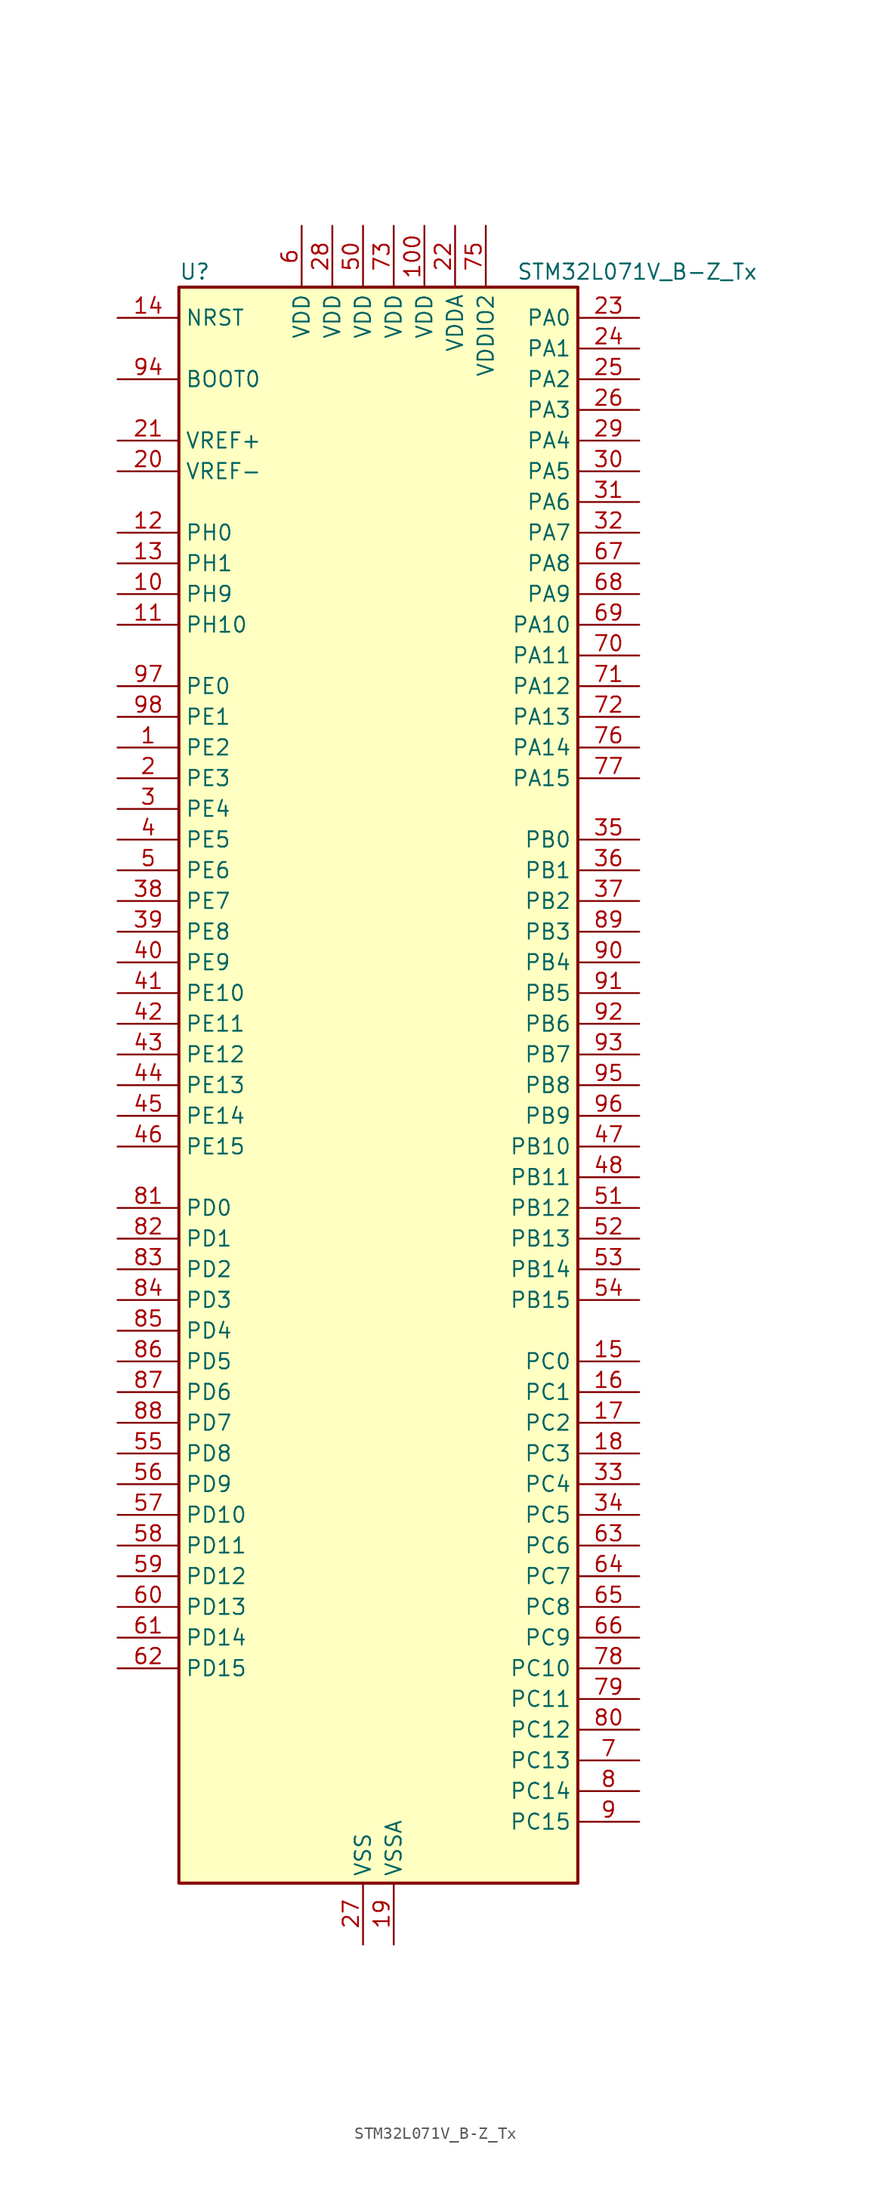
<source format=kicad_sym>
(kicad_symbol_lib
  (version 20231120)
  (generator "kicad_symbol_editor")
  (generator_version "8.0")
  (symbol "STM32L071V_B-Z_Tx"
    (property "Reference" "U"
      (at -15.24 67.31 0)
      (effects (font (size 1.27 1.27)) (justify left)))
    (property "Value" "STM32L071V_B-Z_Tx"
      (at 12.7 67.31 0)
      (effects (font (size 1.27 1.27)) (justify left)))
    (property "ki_locked" ""
      (at 0 0 0)
      (effects (font (size 1.27 1.27))))
    (symbol "STM32L071V_B-Z_Tx_0_1"
      (rectangle (start -15.24 -66.04) (end 17.78 66.04) (stroke (width 0.254) (type default)) (fill (type background))))
    (symbol "STM32L071V_B-Z_Tx_1_1"
      (pin bidirectional line (at -20.32 27.94 0) (length 5.08) (name "PE2" (effects (font (size 1.27 1.27)))) (number "1" (effects (font (size 1.27 1.27)))) (alternate "TIM3_ETR" bidirectional line))
      (pin bidirectional line (at -20.32 40.64 0) (length 5.08) (name "PH9" (effects (font (size 1.27 1.27)))) (number "10" (effects (font (size 1.27 1.27)))))
      (pin power_in line (at 5.08 71.12 270) (length 5.08) (name "VDD" (effects (font (size 1.27 1.27)))) (number "100" (effects (font (size 1.27 1.27)))))
      (pin bidirectional line (at -20.32 38.1 0) (length 5.08) (name "PH10" (effects (font (size 1.27 1.27)))) (number "11" (effects (font (size 1.27 1.27)))))
      (pin bidirectional line (at -20.32 45.72 0) (length 5.08) (name "PH0" (effects (font (size 1.27 1.27)))) (number "12" (effects (font (size 1.27 1.27)))) (alternate "RCC_OSC_IN" bidirectional line))
      (pin bidirectional line (at -20.32 43.18 0) (length 5.08) (name "PH1" (effects (font (size 1.27 1.27)))) (number "13" (effects (font (size 1.27 1.27)))) (alternate "RCC_OSC_OUT" bidirectional line))
      (pin input line (at -20.32 63.5 0) (length 5.08) (name "NRST" (effects (font (size 1.27 1.27)))) (number "14" (effects (font (size 1.27 1.27)))))
      (pin bidirectional line (at 22.86 -22.86 180) (length 5.08) (name "PC0" (effects (font (size 1.27 1.27)))) (number "15" (effects (font (size 1.27 1.27)))) (alternate "ADC_IN10" bidirectional line) (alternate "I2C3_SCL" bidirectional line) (alternate "LPTIM1_IN1" bidirectional line) (alternate "LPUART1_RX" bidirectional line))
      (pin bidirectional line (at 22.86 -25.4 180) (length 5.08) (name "PC1" (effects (font (size 1.27 1.27)))) (number "16" (effects (font (size 1.27 1.27)))) (alternate "ADC_IN11" bidirectional line) (alternate "I2C3_SDA" bidirectional line) (alternate "LPTIM1_OUT" bidirectional line) (alternate "LPUART1_TX" bidirectional line))
      (pin bidirectional line (at 22.86 -27.94 180) (length 5.08) (name "PC2" (effects (font (size 1.27 1.27)))) (number "17" (effects (font (size 1.27 1.27)))) (alternate "ADC_IN12" bidirectional line) (alternate "I2S2_MCK" bidirectional line) (alternate "LPTIM1_IN2" bidirectional line) (alternate "SPI2_MISO" bidirectional line))
      (pin bidirectional line (at 22.86 -30.48 180) (length 5.08) (name "PC3" (effects (font (size 1.27 1.27)))) (number "18" (effects (font (size 1.27 1.27)))) (alternate "ADC_IN13" bidirectional line) (alternate "I2S2_SD" bidirectional line) (alternate "LPTIM1_ETR" bidirectional line) (alternate "SPI2_MOSI" bidirectional line))
      (pin power_in line (at 2.54 -71.12 90) (length 5.08) (name "VSSA" (effects (font (size 1.27 1.27)))) (number "19" (effects (font (size 1.27 1.27)))))
      (pin bidirectional line (at -20.32 25.4 0) (length 5.08) (name "PE3" (effects (font (size 1.27 1.27)))) (number "2" (effects (font (size 1.27 1.27)))) (alternate "TIM22_CH1" bidirectional line) (alternate "TIM3_CH1" bidirectional line))
      (pin input line (at -20.32 50.8 0) (length 5.08) (name "VREF-" (effects (font (size 1.27 1.27)))) (number "20" (effects (font (size 1.27 1.27)))))
      (pin input line (at -20.32 53.34 0) (length 5.08) (name "VREF+" (effects (font (size 1.27 1.27)))) (number "21" (effects (font (size 1.27 1.27)))))
      (pin power_in line (at 7.62 71.12 270) (length 5.08) (name "VDDA" (effects (font (size 1.27 1.27)))) (number "22" (effects (font (size 1.27 1.27)))))
      (pin bidirectional line (at 22.86 63.5 180) (length 5.08) (name "PA0" (effects (font (size 1.27 1.27)))) (number "23" (effects (font (size 1.27 1.27)))) (alternate "ADC_IN0" bidirectional line) (alternate "COMP1_INM" bidirectional line) (alternate "COMP1_OUT" bidirectional line) (alternate "RTC_TAMP2" bidirectional line) (alternate "SYS_WKUP1" bidirectional line) (alternate "TIM2_CH1" bidirectional line) (alternate "TIM2_ETR" bidirectional line) (alternate "USART2_CTS" bidirectional line) (alternate "USART4_TX" bidirectional line))
      (pin bidirectional line (at 22.86 60.96 180) (length 5.08) (name "PA1" (effects (font (size 1.27 1.27)))) (number "24" (effects (font (size 1.27 1.27)))) (alternate "ADC_IN1" bidirectional line) (alternate "COMP1_INP" bidirectional line) (alternate "TIM21_ETR" bidirectional line) (alternate "TIM2_CH2" bidirectional line) (alternate "USART2_DE" bidirectional line) (alternate "USART2_RTS" bidirectional line) (alternate "USART4_RX" bidirectional line))
      (pin bidirectional line (at 22.86 58.42 180) (length 5.08) (name "PA2" (effects (font (size 1.27 1.27)))) (number "25" (effects (font (size 1.27 1.27)))) (alternate "ADC_IN2" bidirectional line) (alternate "COMP2_INM" bidirectional line) (alternate "COMP2_OUT" bidirectional line) (alternate "LPUART1_TX" bidirectional line) (alternate "TIM21_CH1" bidirectional line) (alternate "TIM2_CH3" bidirectional line) (alternate "USART2_TX" bidirectional line))
      (pin bidirectional line (at 22.86 55.88 180) (length 5.08) (name "PA3" (effects (font (size 1.27 1.27)))) (number "26" (effects (font (size 1.27 1.27)))) (alternate "ADC_IN3" bidirectional line) (alternate "COMP2_INP" bidirectional line) (alternate "LPUART1_RX" bidirectional line) (alternate "TIM21_CH2" bidirectional line) (alternate "TIM2_CH4" bidirectional line) (alternate "USART2_RX" bidirectional line))
      (pin power_in line (at 0 -71.12 90) (length 5.08) (name "VSS" (effects (font (size 1.27 1.27)))) (number "27" (effects (font (size 1.27 1.27)))))
      (pin power_in line (at -2.54 71.12 270) (length 5.08) (name "VDD" (effects (font (size 1.27 1.27)))) (number "28" (effects (font (size 1.27 1.27)))))
      (pin bidirectional line (at 22.86 53.34 180) (length 5.08) (name "PA4" (effects (font (size 1.27 1.27)))) (number "29" (effects (font (size 1.27 1.27)))) (alternate "ADC_IN4" bidirectional line) (alternate "COMP1_INM" bidirectional line) (alternate "COMP2_INM" bidirectional line) (alternate "SPI1_NSS" bidirectional line) (alternate "TIM22_ETR" bidirectional line) (alternate "USART2_CK" bidirectional line))
      (pin bidirectional line (at -20.32 22.86 0) (length 5.08) (name "PE4" (effects (font (size 1.27 1.27)))) (number "3" (effects (font (size 1.27 1.27)))) (alternate "TIM22_CH2" bidirectional line) (alternate "TIM3_CH2" bidirectional line))
      (pin bidirectional line (at 22.86 50.8 180) (length 5.08) (name "PA5" (effects (font (size 1.27 1.27)))) (number "30" (effects (font (size 1.27 1.27)))) (alternate "ADC_IN5" bidirectional line) (alternate "COMP1_INM" bidirectional line) (alternate "COMP2_INM" bidirectional line) (alternate "SPI1_SCK" bidirectional line) (alternate "TIM2_CH1" bidirectional line) (alternate "TIM2_ETR" bidirectional line))
      (pin bidirectional line (at 22.86 48.26 180) (length 5.08) (name "PA6" (effects (font (size 1.27 1.27)))) (number "31" (effects (font (size 1.27 1.27)))) (alternate "ADC_IN6" bidirectional line) (alternate "COMP1_OUT" bidirectional line) (alternate "LPUART1_CTS" bidirectional line) (alternate "SPI1_MISO" bidirectional line) (alternate "TIM22_CH1" bidirectional line) (alternate "TIM3_CH1" bidirectional line))
      (pin bidirectional line (at 22.86 45.72 180) (length 5.08) (name "PA7" (effects (font (size 1.27 1.27)))) (number "32" (effects (font (size 1.27 1.27)))) (alternate "ADC_IN7" bidirectional line) (alternate "COMP2_OUT" bidirectional line) (alternate "SPI1_MOSI" bidirectional line) (alternate "TIM22_CH2" bidirectional line) (alternate "TIM3_CH2" bidirectional line))
      (pin bidirectional line (at 22.86 -33.02 180) (length 5.08) (name "PC4" (effects (font (size 1.27 1.27)))) (number "33" (effects (font (size 1.27 1.27)))) (alternate "ADC_IN14" bidirectional line) (alternate "LPUART1_TX" bidirectional line))
      (pin bidirectional line (at 22.86 -35.56 180) (length 5.08) (name "PC5" (effects (font (size 1.27 1.27)))) (number "34" (effects (font (size 1.27 1.27)))) (alternate "ADC_IN15" bidirectional line) (alternate "LPUART1_RX" bidirectional line))
      (pin bidirectional line (at 22.86 20.32 180) (length 5.08) (name "PB0" (effects (font (size 1.27 1.27)))) (number "35" (effects (font (size 1.27 1.27)))) (alternate "ADC_IN8" bidirectional line) (alternate "SYS_VREF_OUT_PB0" bidirectional line) (alternate "TIM3_CH3" bidirectional line))
      (pin bidirectional line (at 22.86 17.78 180) (length 5.08) (name "PB1" (effects (font (size 1.27 1.27)))) (number "36" (effects (font (size 1.27 1.27)))) (alternate "ADC_IN9" bidirectional line) (alternate "LPUART1_DE" bidirectional line) (alternate "LPUART1_RTS" bidirectional line) (alternate "SYS_VREF_OUT_PB1" bidirectional line) (alternate "TIM3_CH4" bidirectional line))
      (pin bidirectional line (at 22.86 15.24 180) (length 5.08) (name "PB2" (effects (font (size 1.27 1.27)))) (number "37" (effects (font (size 1.27 1.27)))) (alternate "I2C3_SMBA" bidirectional line) (alternate "LPTIM1_OUT" bidirectional line))
      (pin bidirectional line (at -20.32 15.24 0) (length 5.08) (name "PE7" (effects (font (size 1.27 1.27)))) (number "38" (effects (font (size 1.27 1.27)))) (alternate "USART5_CK" bidirectional line) (alternate "USART5_DE" bidirectional line) (alternate "USART5_RTS" bidirectional line))
      (pin bidirectional line (at -20.32 12.7 0) (length 5.08) (name "PE8" (effects (font (size 1.27 1.27)))) (number "39" (effects (font (size 1.27 1.27)))) (alternate "USART4_TX" bidirectional line))
      (pin bidirectional line (at -20.32 20.32 0) (length 5.08) (name "PE5" (effects (font (size 1.27 1.27)))) (number "4" (effects (font (size 1.27 1.27)))) (alternate "TIM21_CH1" bidirectional line) (alternate "TIM3_CH3" bidirectional line))
      (pin bidirectional line (at -20.32 10.16 0) (length 5.08) (name "PE9" (effects (font (size 1.27 1.27)))) (number "40" (effects (font (size 1.27 1.27)))) (alternate "TIM2_CH1" bidirectional line) (alternate "TIM2_ETR" bidirectional line) (alternate "USART4_RX" bidirectional line))
      (pin bidirectional line (at -20.32 7.62 0) (length 5.08) (name "PE10" (effects (font (size 1.27 1.27)))) (number "41" (effects (font (size 1.27 1.27)))) (alternate "TIM2_CH2" bidirectional line) (alternate "USART5_TX" bidirectional line))
      (pin bidirectional line (at -20.32 5.08 0) (length 5.08) (name "PE11" (effects (font (size 1.27 1.27)))) (number "42" (effects (font (size 1.27 1.27)))) (alternate "ADC_EXTI11" bidirectional line) (alternate "TIM2_CH3" bidirectional line) (alternate "USART5_RX" bidirectional line))
      (pin bidirectional line (at -20.32 2.54 0) (length 5.08) (name "PE12" (effects (font (size 1.27 1.27)))) (number "43" (effects (font (size 1.27 1.27)))) (alternate "SPI1_NSS" bidirectional line) (alternate "TIM2_CH4" bidirectional line))
      (pin bidirectional line (at -20.32 0 0) (length 5.08) (name "PE13" (effects (font (size 1.27 1.27)))) (number "44" (effects (font (size 1.27 1.27)))) (alternate "SPI1_SCK" bidirectional line))
      (pin bidirectional line (at -20.32 -2.54 0) (length 5.08) (name "PE14" (effects (font (size 1.27 1.27)))) (number "45" (effects (font (size 1.27 1.27)))) (alternate "SPI1_MISO" bidirectional line))
      (pin bidirectional line (at -20.32 -5.08 0) (length 5.08) (name "PE15" (effects (font (size 1.27 1.27)))) (number "46" (effects (font (size 1.27 1.27)))) (alternate "SPI1_MOSI" bidirectional line))
      (pin bidirectional line (at 22.86 -5.08 180) (length 5.08) (name "PB10" (effects (font (size 1.27 1.27)))) (number "47" (effects (font (size 1.27 1.27)))) (alternate "I2C2_SCL" bidirectional line) (alternate "LPUART1_RX" bidirectional line) (alternate "LPUART1_TX" bidirectional line) (alternate "SPI2_SCK" bidirectional line) (alternate "TIM2_CH3" bidirectional line))
      (pin bidirectional line (at 22.86 -7.62 180) (length 5.08) (name "PB11" (effects (font (size 1.27 1.27)))) (number "48" (effects (font (size 1.27 1.27)))) (alternate "ADC_EXTI11" bidirectional line) (alternate "I2C2_SDA" bidirectional line) (alternate "LPUART1_RX" bidirectional line) (alternate "LPUART1_TX" bidirectional line) (alternate "TIM2_CH4" bidirectional line))
      (pin passive line (at 0 -71.12 90) (length 5.08) hide (name "VSS" (effects (font (size 1.27 1.27)))) (number "49" (effects (font (size 1.27 1.27)))))
      (pin bidirectional line (at -20.32 17.78 0) (length 5.08) (name "PE6" (effects (font (size 1.27 1.27)))) (number "5" (effects (font (size 1.27 1.27)))) (alternate "RTC_TAMP3" bidirectional line) (alternate "SYS_WKUP3" bidirectional line) (alternate "TIM21_CH2" bidirectional line) (alternate "TIM3_CH4" bidirectional line))
      (pin power_in line (at 0 71.12 270) (length 5.08) (name "VDD" (effects (font (size 1.27 1.27)))) (number "50" (effects (font (size 1.27 1.27)))))
      (pin bidirectional line (at 22.86 -10.16 180) (length 5.08) (name "PB12" (effects (font (size 1.27 1.27)))) (number "51" (effects (font (size 1.27 1.27)))) (alternate "I2S2_WS" bidirectional line) (alternate "LPUART1_DE" bidirectional line) (alternate "LPUART1_RTS" bidirectional line) (alternate "SPI2_NSS" bidirectional line))
      (pin bidirectional line (at 22.86 -12.7 180) (length 5.08) (name "PB13" (effects (font (size 1.27 1.27)))) (number "52" (effects (font (size 1.27 1.27)))) (alternate "I2C2_SCL" bidirectional line) (alternate "I2S2_CK" bidirectional line) (alternate "LPUART1_CTS" bidirectional line) (alternate "RCC_MCO" bidirectional line) (alternate "SPI2_SCK" bidirectional line) (alternate "TIM21_CH1" bidirectional line))
      (pin bidirectional line (at 22.86 -15.24 180) (length 5.08) (name "PB14" (effects (font (size 1.27 1.27)))) (number "53" (effects (font (size 1.27 1.27)))) (alternate "I2C2_SDA" bidirectional line) (alternate "I2S2_MCK" bidirectional line) (alternate "LPUART1_DE" bidirectional line) (alternate "LPUART1_RTS" bidirectional line) (alternate "RTC_OUT_ALARM" bidirectional line) (alternate "RTC_OUT_CALIB" bidirectional line) (alternate "SPI2_MISO" bidirectional line) (alternate "TIM21_CH2" bidirectional line))
      (pin bidirectional line (at 22.86 -17.78 180) (length 5.08) (name "PB15" (effects (font (size 1.27 1.27)))) (number "54" (effects (font (size 1.27 1.27)))) (alternate "I2S2_SD" bidirectional line) (alternate "RTC_REFIN" bidirectional line) (alternate "SPI2_MOSI" bidirectional line))
      (pin bidirectional line (at -20.32 -30.48 0) (length 5.08) (name "PD8" (effects (font (size 1.27 1.27)))) (number "55" (effects (font (size 1.27 1.27)))) (alternate "LPUART1_TX" bidirectional line))
      (pin bidirectional line (at -20.32 -33.02 0) (length 5.08) (name "PD9" (effects (font (size 1.27 1.27)))) (number "56" (effects (font (size 1.27 1.27)))) (alternate "LPUART1_RX" bidirectional line))
      (pin bidirectional line (at -20.32 -35.56 0) (length 5.08) (name "PD10" (effects (font (size 1.27 1.27)))) (number "57" (effects (font (size 1.27 1.27)))))
      (pin bidirectional line (at -20.32 -38.1 0) (length 5.08) (name "PD11" (effects (font (size 1.27 1.27)))) (number "58" (effects (font (size 1.27 1.27)))) (alternate "ADC_EXTI11" bidirectional line) (alternate "LPUART1_CTS" bidirectional line))
      (pin bidirectional line (at -20.32 -40.64 0) (length 5.08) (name "PD12" (effects (font (size 1.27 1.27)))) (number "59" (effects (font (size 1.27 1.27)))) (alternate "LPUART1_DE" bidirectional line) (alternate "LPUART1_RTS" bidirectional line))
      (pin power_in line (at -5.08 71.12 270) (length 5.08) (name "VDD" (effects (font (size 1.27 1.27)))) (number "6" (effects (font (size 1.27 1.27)))))
      (pin bidirectional line (at -20.32 -43.18 0) (length 5.08) (name "PD13" (effects (font (size 1.27 1.27)))) (number "60" (effects (font (size 1.27 1.27)))))
      (pin bidirectional line (at -20.32 -45.72 0) (length 5.08) (name "PD14" (effects (font (size 1.27 1.27)))) (number "61" (effects (font (size 1.27 1.27)))))
      (pin bidirectional line (at -20.32 -48.26 0) (length 5.08) (name "PD15" (effects (font (size 1.27 1.27)))) (number "62" (effects (font (size 1.27 1.27)))))
      (pin bidirectional line (at 22.86 -38.1 180) (length 5.08) (name "PC6" (effects (font (size 1.27 1.27)))) (number "63" (effects (font (size 1.27 1.27)))) (alternate "TIM22_CH1" bidirectional line) (alternate "TIM3_CH1" bidirectional line))
      (pin bidirectional line (at 22.86 -40.64 180) (length 5.08) (name "PC7" (effects (font (size 1.27 1.27)))) (number "64" (effects (font (size 1.27 1.27)))) (alternate "TIM22_CH2" bidirectional line) (alternate "TIM3_CH2" bidirectional line))
      (pin bidirectional line (at 22.86 -43.18 180) (length 5.08) (name "PC8" (effects (font (size 1.27 1.27)))) (number "65" (effects (font (size 1.27 1.27)))) (alternate "TIM22_ETR" bidirectional line) (alternate "TIM3_CH3" bidirectional line))
      (pin bidirectional line (at 22.86 -45.72 180) (length 5.08) (name "PC9" (effects (font (size 1.27 1.27)))) (number "66" (effects (font (size 1.27 1.27)))) (alternate "I2C3_SDA" bidirectional line) (alternate "TIM21_ETR" bidirectional line) (alternate "TIM3_CH4" bidirectional line))
      (pin bidirectional line (at 22.86 43.18 180) (length 5.08) (name "PA8" (effects (font (size 1.27 1.27)))) (number "67" (effects (font (size 1.27 1.27)))) (alternate "I2C3_SCL" bidirectional line) (alternate "RCC_MCO" bidirectional line) (alternate "USART1_CK" bidirectional line))
      (pin bidirectional line (at 22.86 40.64 180) (length 5.08) (name "PA9" (effects (font (size 1.27 1.27)))) (number "68" (effects (font (size 1.27 1.27)))) (alternate "I2C1_SCL" bidirectional line) (alternate "I2C3_SMBA" bidirectional line) (alternate "RCC_MCO" bidirectional line) (alternate "USART1_TX" bidirectional line))
      (pin bidirectional line (at 22.86 38.1 180) (length 5.08) (name "PA10" (effects (font (size 1.27 1.27)))) (number "69" (effects (font (size 1.27 1.27)))) (alternate "I2C1_SDA" bidirectional line) (alternate "USART1_RX" bidirectional line))
      (pin bidirectional line (at 22.86 -55.88 180) (length 5.08) (name "PC13" (effects (font (size 1.27 1.27)))) (number "7" (effects (font (size 1.27 1.27)))) (alternate "RTC_OUT_ALARM" bidirectional line) (alternate "RTC_OUT_CALIB" bidirectional line) (alternate "RTC_TAMP1" bidirectional line) (alternate "RTC_TS" bidirectional line) (alternate "SYS_WKUP2" bidirectional line))
      (pin bidirectional line (at 22.86 35.56 180) (length 5.08) (name "PA11" (effects (font (size 1.27 1.27)))) (number "70" (effects (font (size 1.27 1.27)))) (alternate "ADC_EXTI11" bidirectional line) (alternate "COMP1_OUT" bidirectional line) (alternate "SPI1_MISO" bidirectional line) (alternate "USART1_CTS" bidirectional line))
      (pin bidirectional line (at 22.86 33.02 180) (length 5.08) (name "PA12" (effects (font (size 1.27 1.27)))) (number "71" (effects (font (size 1.27 1.27)))) (alternate "COMP2_OUT" bidirectional line) (alternate "SPI1_MOSI" bidirectional line) (alternate "USART1_DE" bidirectional line) (alternate "USART1_RTS" bidirectional line))
      (pin bidirectional line (at 22.86 30.48 180) (length 5.08) (name "PA13" (effects (font (size 1.27 1.27)))) (number "72" (effects (font (size 1.27 1.27)))) (alternate "LPUART1_RX" bidirectional line) (alternate "SYS_SWDIO" bidirectional line))
      (pin power_in line (at 2.54 71.12 270) (length 5.08) (name "VDD" (effects (font (size 1.27 1.27)))) (number "73" (effects (font (size 1.27 1.27)))))
      (pin passive line (at 0 -71.12 90) (length 5.08) hide (name "VSS" (effects (font (size 1.27 1.27)))) (number "74" (effects (font (size 1.27 1.27)))))
      (pin power_in line (at 10.16 71.12 270) (length 5.08) (name "VDDIO2" (effects (font (size 1.27 1.27)))) (number "75" (effects (font (size 1.27 1.27)))))
      (pin bidirectional line (at 22.86 27.94 180) (length 5.08) (name "PA14" (effects (font (size 1.27 1.27)))) (number "76" (effects (font (size 1.27 1.27)))) (alternate "LPUART1_TX" bidirectional line) (alternate "SYS_SWCLK" bidirectional line) (alternate "USART2_TX" bidirectional line))
      (pin bidirectional line (at 22.86 25.4 180) (length 5.08) (name "PA15" (effects (font (size 1.27 1.27)))) (number "77" (effects (font (size 1.27 1.27)))) (alternate "SPI1_NSS" bidirectional line) (alternate "TIM2_CH1" bidirectional line) (alternate "TIM2_ETR" bidirectional line) (alternate "USART2_RX" bidirectional line) (alternate "USART4_DE" bidirectional line) (alternate "USART4_RTS" bidirectional line))
      (pin bidirectional line (at 22.86 -48.26 180) (length 5.08) (name "PC10" (effects (font (size 1.27 1.27)))) (number "78" (effects (font (size 1.27 1.27)))) (alternate "LPUART1_TX" bidirectional line) (alternate "USART4_TX" bidirectional line))
      (pin bidirectional line (at 22.86 -50.8 180) (length 5.08) (name "PC11" (effects (font (size 1.27 1.27)))) (number "79" (effects (font (size 1.27 1.27)))) (alternate "ADC_EXTI11" bidirectional line) (alternate "LPUART1_RX" bidirectional line) (alternate "USART4_RX" bidirectional line))
      (pin bidirectional line (at 22.86 -58.42 180) (length 5.08) (name "PC14" (effects (font (size 1.27 1.27)))) (number "8" (effects (font (size 1.27 1.27)))) (alternate "RCC_OSC32_IN" bidirectional line))
      (pin bidirectional line (at 22.86 -53.34 180) (length 5.08) (name "PC12" (effects (font (size 1.27 1.27)))) (number "80" (effects (font (size 1.27 1.27)))) (alternate "USART4_CK" bidirectional line) (alternate "USART5_TX" bidirectional line))
      (pin bidirectional line (at -20.32 -10.16 0) (length 5.08) (name "PD0" (effects (font (size 1.27 1.27)))) (number "81" (effects (font (size 1.27 1.27)))) (alternate "I2S2_WS" bidirectional line) (alternate "SPI2_NSS" bidirectional line) (alternate "TIM21_CH1" bidirectional line))
      (pin bidirectional line (at -20.32 -12.7 0) (length 5.08) (name "PD1" (effects (font (size 1.27 1.27)))) (number "82" (effects (font (size 1.27 1.27)))) (alternate "I2S2_CK" bidirectional line) (alternate "SPI2_SCK" bidirectional line))
      (pin bidirectional line (at -20.32 -15.24 0) (length 5.08) (name "PD2" (effects (font (size 1.27 1.27)))) (number "83" (effects (font (size 1.27 1.27)))) (alternate "LPUART1_DE" bidirectional line) (alternate "LPUART1_RTS" bidirectional line) (alternate "TIM3_ETR" bidirectional line) (alternate "USART5_RX" bidirectional line))
      (pin bidirectional line (at -20.32 -17.78 0) (length 5.08) (name "PD3" (effects (font (size 1.27 1.27)))) (number "84" (effects (font (size 1.27 1.27)))) (alternate "I2S2_MCK" bidirectional line) (alternate "SPI2_MISO" bidirectional line) (alternate "USART2_CTS" bidirectional line))
      (pin bidirectional line (at -20.32 -20.32 0) (length 5.08) (name "PD4" (effects (font (size 1.27 1.27)))) (number "85" (effects (font (size 1.27 1.27)))) (alternate "I2S2_SD" bidirectional line) (alternate "SPI2_MOSI" bidirectional line) (alternate "USART2_DE" bidirectional line) (alternate "USART2_RTS" bidirectional line))
      (pin bidirectional line (at -20.32 -22.86 0) (length 5.08) (name "PD5" (effects (font (size 1.27 1.27)))) (number "86" (effects (font (size 1.27 1.27)))) (alternate "USART2_TX" bidirectional line))
      (pin bidirectional line (at -20.32 -25.4 0) (length 5.08) (name "PD6" (effects (font (size 1.27 1.27)))) (number "87" (effects (font (size 1.27 1.27)))) (alternate "USART2_RX" bidirectional line))
      (pin bidirectional line (at -20.32 -27.94 0) (length 5.08) (name "PD7" (effects (font (size 1.27 1.27)))) (number "88" (effects (font (size 1.27 1.27)))) (alternate "TIM21_CH2" bidirectional line) (alternate "USART2_CK" bidirectional line))
      (pin bidirectional line (at 22.86 12.7 180) (length 5.08) (name "PB3" (effects (font (size 1.27 1.27)))) (number "89" (effects (font (size 1.27 1.27)))) (alternate "COMP2_INM" bidirectional line) (alternate "SPI1_SCK" bidirectional line) (alternate "TIM2_CH2" bidirectional line) (alternate "USART1_DE" bidirectional line) (alternate "USART1_RTS" bidirectional line) (alternate "USART5_TX" bidirectional line))
      (pin bidirectional line (at 22.86 -60.96 180) (length 5.08) (name "PC15" (effects (font (size 1.27 1.27)))) (number "9" (effects (font (size 1.27 1.27)))) (alternate "RCC_OSC32_OUT" bidirectional line))
      (pin bidirectional line (at 22.86 10.16 180) (length 5.08) (name "PB4" (effects (font (size 1.27 1.27)))) (number "90" (effects (font (size 1.27 1.27)))) (alternate "COMP2_INP" bidirectional line) (alternate "I2C3_SDA" bidirectional line) (alternate "SPI1_MISO" bidirectional line) (alternate "TIM22_CH1" bidirectional line) (alternate "TIM3_CH1" bidirectional line) (alternate "USART1_CTS" bidirectional line) (alternate "USART5_RX" bidirectional line))
      (pin bidirectional line (at 22.86 7.62 180) (length 5.08) (name "PB5" (effects (font (size 1.27 1.27)))) (number "91" (effects (font (size 1.27 1.27)))) (alternate "COMP2_INP" bidirectional line) (alternate "I2C1_SMBA" bidirectional line) (alternate "LPTIM1_IN1" bidirectional line) (alternate "SPI1_MOSI" bidirectional line) (alternate "TIM22_CH2" bidirectional line) (alternate "TIM3_CH2" bidirectional line) (alternate "USART1_CK" bidirectional line) (alternate "USART5_CK" bidirectional line) (alternate "USART5_DE" bidirectional line) (alternate "USART5_RTS" bidirectional line))
      (pin bidirectional line (at 22.86 5.08 180) (length 5.08) (name "PB6" (effects (font (size 1.27 1.27)))) (number "92" (effects (font (size 1.27 1.27)))) (alternate "COMP2_INP" bidirectional line) (alternate "I2C1_SCL" bidirectional line) (alternate "LPTIM1_ETR" bidirectional line) (alternate "USART1_TX" bidirectional line))
      (pin bidirectional line (at 22.86 2.54 180) (length 5.08) (name "PB7" (effects (font (size 1.27 1.27)))) (number "93" (effects (font (size 1.27 1.27)))) (alternate "COMP2_INP" bidirectional line) (alternate "I2C1_SDA" bidirectional line) (alternate "LPTIM1_IN2" bidirectional line) (alternate "SYS_PVD_IN" bidirectional line) (alternate "USART1_RX" bidirectional line) (alternate "USART4_CTS" bidirectional line))
      (pin input line (at -20.32 58.42 0) (length 5.08) (name "BOOT0" (effects (font (size 1.27 1.27)))) (number "94" (effects (font (size 1.27 1.27)))))
      (pin bidirectional line (at 22.86 0 180) (length 5.08) (name "PB8" (effects (font (size 1.27 1.27)))) (number "95" (effects (font (size 1.27 1.27)))) (alternate "I2C1_SCL" bidirectional line))
      (pin bidirectional line (at 22.86 -2.54 180) (length 5.08) (name "PB9" (effects (font (size 1.27 1.27)))) (number "96" (effects (font (size 1.27 1.27)))) (alternate "I2C1_SDA" bidirectional line) (alternate "I2S2_WS" bidirectional line) (alternate "SPI2_NSS" bidirectional line))
      (pin bidirectional line (at -20.32 33.02 0) (length 5.08) (name "PE0" (effects (font (size 1.27 1.27)))) (number "97" (effects (font (size 1.27 1.27)))))
      (pin bidirectional line (at -20.32 30.48 0) (length 5.08) (name "PE1" (effects (font (size 1.27 1.27)))) (number "98" (effects (font (size 1.27 1.27)))))
      (pin passive line (at 0 -71.12 90) (length 5.08) hide (name "VSS" (effects (font (size 1.27 1.27)))) (number "99" (effects (font (size 1.27 1.27))))))))
</source>
